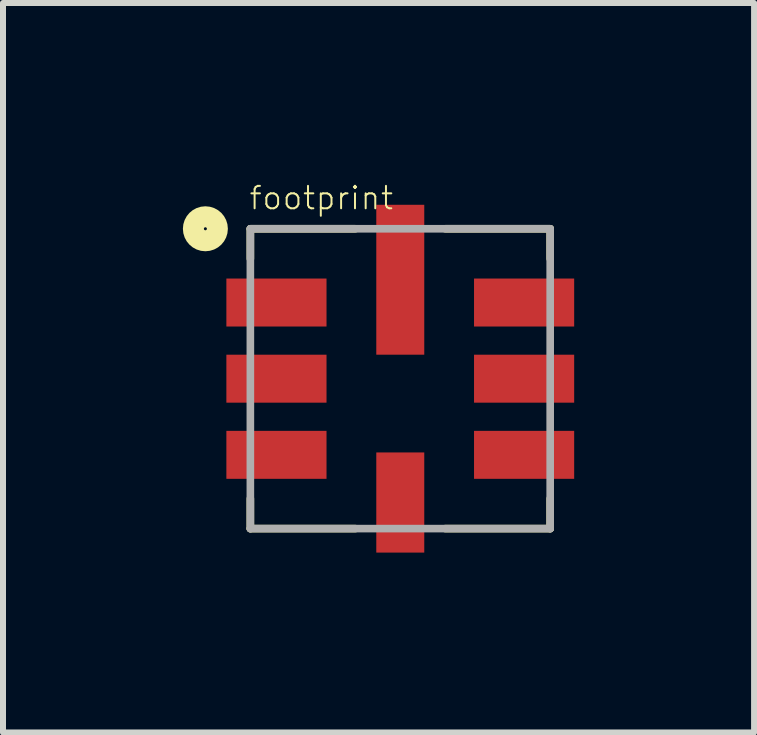
<source format=kicad_pcb>
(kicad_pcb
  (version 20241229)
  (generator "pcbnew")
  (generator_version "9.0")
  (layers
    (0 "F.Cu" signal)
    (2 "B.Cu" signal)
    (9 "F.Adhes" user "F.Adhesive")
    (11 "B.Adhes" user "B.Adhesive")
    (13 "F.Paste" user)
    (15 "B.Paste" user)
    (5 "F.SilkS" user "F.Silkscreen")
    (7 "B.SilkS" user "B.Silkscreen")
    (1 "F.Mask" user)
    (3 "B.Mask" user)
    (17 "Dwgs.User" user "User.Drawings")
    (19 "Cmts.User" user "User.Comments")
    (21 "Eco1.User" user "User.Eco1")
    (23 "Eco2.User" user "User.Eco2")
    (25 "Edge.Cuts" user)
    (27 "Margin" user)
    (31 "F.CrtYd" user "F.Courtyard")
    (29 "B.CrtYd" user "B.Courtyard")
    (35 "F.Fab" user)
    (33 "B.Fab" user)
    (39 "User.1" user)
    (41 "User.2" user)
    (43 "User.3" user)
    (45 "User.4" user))
  (footprint "footprint"
    (layer "F.Cu")
    (at 3.625 3.265)
    (property "Reference" "footprint" (at -2.54 -2.794 0) (layer "F.SilkS") (effects (font (size 0.374 0.374) (thickness 0.033)) (justify left bottom)))
    (fp_line (start -2.5 -2.5) (end -2.5 -2) (stroke (width 0.127) (type solid)) (layer "F.SilkS"))
    (fp_line (start -2.5 2) (end -2.5 2.5) (stroke (width 0.127) (type solid)) (layer "F.SilkS"))
    (fp_line (start -2.5 2.5) (end -0.75 2.5) (stroke (width 0.127) (type solid)) (layer "F.SilkS"))
    (fp_line (start -0.75 -2.5) (end -2.5 -2.5) (stroke (width 0.127) (type solid)) (layer "F.SilkS"))
    (fp_line (start 0.75 -2.5) (end 2.5 -2.5) (stroke (width 0.127) (type solid)) (layer "F.SilkS"))
    (fp_line (start 0.75 2.5) (end 2.5 2.5) (stroke (width 0.127) (type solid)) (layer "F.SilkS"))
    (fp_line (start 2.5 -2.5) (end 2.5 -2) (stroke (width 0.127) (type solid)) (layer "F.SilkS"))
    (fp_line (start 2.5 2.5) (end 2.5 2) (stroke (width 0.127) (type solid)) (layer "F.SilkS"))
    (fp_circle (center -3.25 -2.5) (end -3.05 -2.5) (stroke (width 0.35) (type solid)) (fill no) (layer "F.SilkS"))
    (fp_line (start -2.5 -2.5) (end 2.5 -2.5) (stroke (width 0.127) (type solid)) (layer "F.Fab"))
    (fp_line (start -2.5 2.5) (end -2.5 -2.5) (stroke (width 0.127) (type solid)) (layer "F.Fab"))
    (fp_line (start 2.5 -2.5) (end 2.5 2.5) (stroke (width 0.127) (type solid)) (layer "F.Fab"))
    (fp_line (start 2.5 2.5) (end -2.5 2.5) (stroke (width 0.127) (type solid)) (layer "F.Fab"))
    (pad "P$1" smd rect (at -2.065 -1.27) (size 1.67 0.8) (layers "F.Cu" "F.Mask" "F.Paste"))
    (pad "P$2" smd rect (at -2.065 0) (size 1.67 0.8) (layers "F.Cu" "F.Mask" "F.Paste"))
    (pad "P$3" smd rect (at -2.065 1.27) (size 1.67 0.8) (layers "F.Cu" "F.Mask" "F.Paste"))
    (pad "P$4" smd rect (at 0 2.065 90) (size 1.67 0.8) (layers "F.Cu" "F.Mask" "F.Paste"))
    (pad "P$5" smd rect (at 2.065 1.27 180) (size 1.67 0.8) (layers "F.Cu" "F.Mask" "F.Paste"))
    (pad "P$6" smd rect (at 2.065 0 180) (size 1.67 0.8) (layers "F.Cu" "F.Mask" "F.Paste"))
    (pad "P$7" smd rect (at 2.065 -1.27 180) (size 1.67 0.8) (layers "F.Cu" "F.Mask" "F.Paste"))
    (pad "P$8" smd rect (at 0 -1.65 270) (size 2.5 0.8) (layers "F.Cu" "F.Mask" "F.Paste")))
  (gr_rect
    (start -3 -3)
    (end 9.525 9.165)
    (stroke (width 0.1) (type default))
    (fill no)
    (layer "Edge.Cuts")))
</source>
